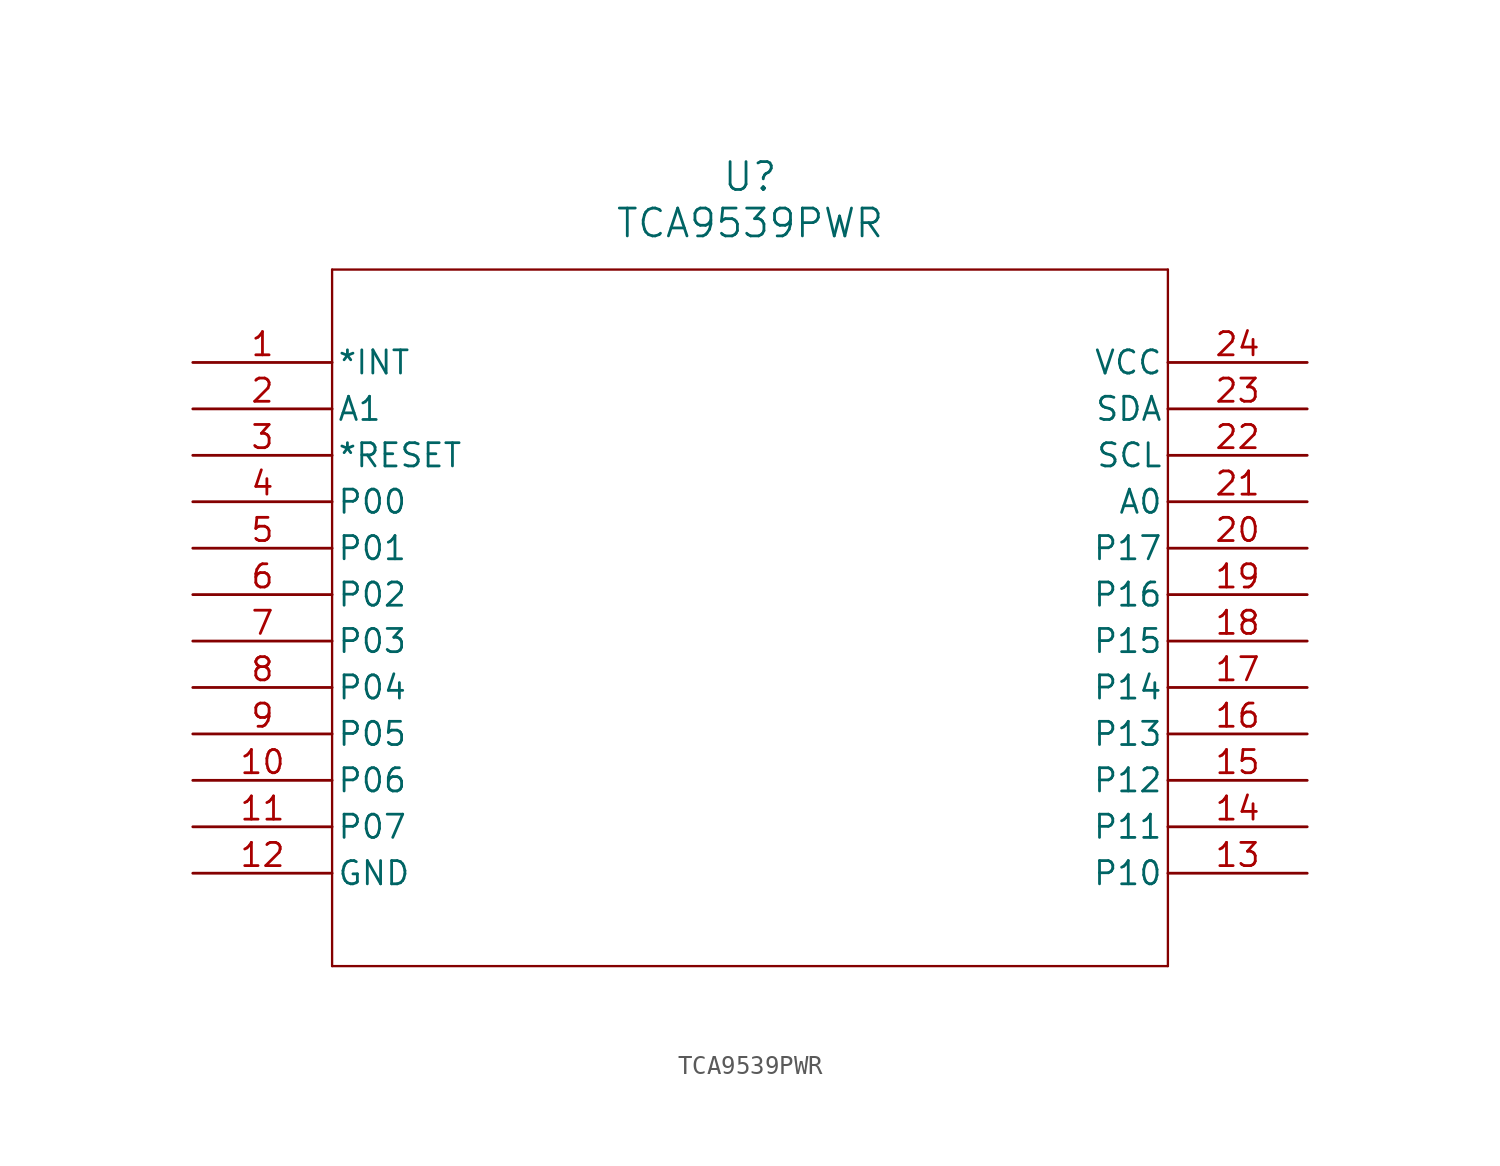
<source format=kicad_sym>
(kicad_symbol_lib
  (version 20211014)
  (generator kicad_symbol_editor)
  (symbol "TCA9539PWR"
    (pin_names
      (offset 0.254))
    (property "Reference" "U"
      (at 30.48 10.16 0)
      (effects (font (size 1.524 1.524))))
    (property "Value" "TCA9539PWR"
      (at 30.48 7.62 0)
      (effects (font (size 1.524 1.524))))
    (symbol "TCA9539PWR_0_1"
      (polyline (pts (xy 7.62 5.08) (xy 7.62 -33.02)) (stroke (width 0.127) (type default) (color 0 0 0 0)) (fill (type none)))
      (polyline (pts (xy 7.62 -33.02) (xy 53.34 -33.02)) (stroke (width 0.127) (type default) (color 0 0 0 0)) (fill (type none)))
      (polyline (pts (xy 53.34 -33.02) (xy 53.34 5.08)) (stroke (width 0.127) (type default) (color 0 0 0 0)) (fill (type none)))
      (polyline (pts (xy 53.34 5.08) (xy 7.62 5.08)) (stroke (width 0.127) (type default) (color 0 0 0 0)) (fill (type none)))
      (pin output line (at 0 0 0) (length 7.62) (name "*INT" (effects (font (size 1.27 1.27)))) (number "1" (effects (font (size 1.27 1.27)))))
      (pin input line (at 0 -2.54 0) (length 7.62) (name "A1" (effects (font (size 1.27 1.27)))) (number "2" (effects (font (size 1.27 1.27)))))
      (pin input line (at 0 -5.08 0) (length 7.62) (name "*RESET" (effects (font (size 1.27 1.27)))) (number "3" (effects (font (size 1.27 1.27)))))
      (pin bidirectional line (at 0 -7.62 0) (length 7.62) (name "P00" (effects (font (size 1.27 1.27)))) (number "4" (effects (font (size 1.27 1.27)))))
      (pin bidirectional line (at 0 -10.16 0) (length 7.62) (name "P01" (effects (font (size 1.27 1.27)))) (number "5" (effects (font (size 1.27 1.27)))))
      (pin bidirectional line (at 0 -12.7 0) (length 7.62) (name "P02" (effects (font (size 1.27 1.27)))) (number "6" (effects (font (size 1.27 1.27)))))
      (pin bidirectional line (at 0 -15.24 0) (length 7.62) (name "P03" (effects (font (size 1.27 1.27)))) (number "7" (effects (font (size 1.27 1.27)))))
      (pin bidirectional line (at 0 -17.78 0) (length 7.62) (name "P04" (effects (font (size 1.27 1.27)))) (number "8" (effects (font (size 1.27 1.27)))))
      (pin bidirectional line (at 0 -20.32 0) (length 7.62) (name "P05" (effects (font (size 1.27 1.27)))) (number "9" (effects (font (size 1.27 1.27)))))
      (pin bidirectional line (at 0 -22.86 0) (length 7.62) (name "P06" (effects (font (size 1.27 1.27)))) (number "10" (effects (font (size 1.27 1.27)))))
      (pin bidirectional line (at 0 -25.4 0) (length 7.62) (name "P07" (effects (font (size 1.27 1.27)))) (number "11" (effects (font (size 1.27 1.27)))))
      (pin power_in line (at 0 -27.94 0) (length 7.62) (name "GND" (effects (font (size 1.27 1.27)))) (number "12" (effects (font (size 1.27 1.27)))))
      (pin bidirectional line (at 60.96 -27.94 180) (length 7.62) (name "P10" (effects (font (size 1.27 1.27)))) (number "13" (effects (font (size 1.27 1.27)))))
      (pin bidirectional line (at 60.96 -25.4 180) (length 7.62) (name "P11" (effects (font (size 1.27 1.27)))) (number "14" (effects (font (size 1.27 1.27)))))
      (pin bidirectional line (at 60.96 -22.86 180) (length 7.62) (name "P12" (effects (font (size 1.27 1.27)))) (number "15" (effects (font (size 1.27 1.27)))))
      (pin bidirectional line (at 60.96 -20.32 180) (length 7.62) (name "P13" (effects (font (size 1.27 1.27)))) (number "16" (effects (font (size 1.27 1.27)))))
      (pin bidirectional line (at 60.96 -17.78 180) (length 7.62) (name "P14" (effects (font (size 1.27 1.27)))) (number "17" (effects (font (size 1.27 1.27)))))
      (pin bidirectional line (at 60.96 -15.24 180) (length 7.62) (name "P15" (effects (font (size 1.27 1.27)))) (number "18" (effects (font (size 1.27 1.27)))))
      (pin bidirectional line (at 60.96 -12.7 180) (length 7.62) (name "P16" (effects (font (size 1.27 1.27)))) (number "19" (effects (font (size 1.27 1.27)))))
      (pin bidirectional line (at 60.96 -10.16 180) (length 7.62) (name "P17" (effects (font (size 1.27 1.27)))) (number "20" (effects (font (size 1.27 1.27)))))
      (pin input line (at 60.96 -7.62 180) (length 7.62) (name "A0" (effects (font (size 1.27 1.27)))) (number "21" (effects (font (size 1.27 1.27)))))
      (pin bidirectional line (at 60.96 -5.08 180) (length 7.62) (name "SCL" (effects (font (size 1.27 1.27)))) (number "22" (effects (font (size 1.27 1.27)))))
      (pin bidirectional line (at 60.96 -2.54 180) (length 7.62) (name "SDA" (effects (font (size 1.27 1.27)))) (number "23" (effects (font (size 1.27 1.27)))))
      (pin power_in line (at 60.96 0 180) (length 7.62) (name "VCC" (effects (font (size 1.27 1.27)))) (number "24" (effects (font (size 1.27 1.27))))))))
</source>
